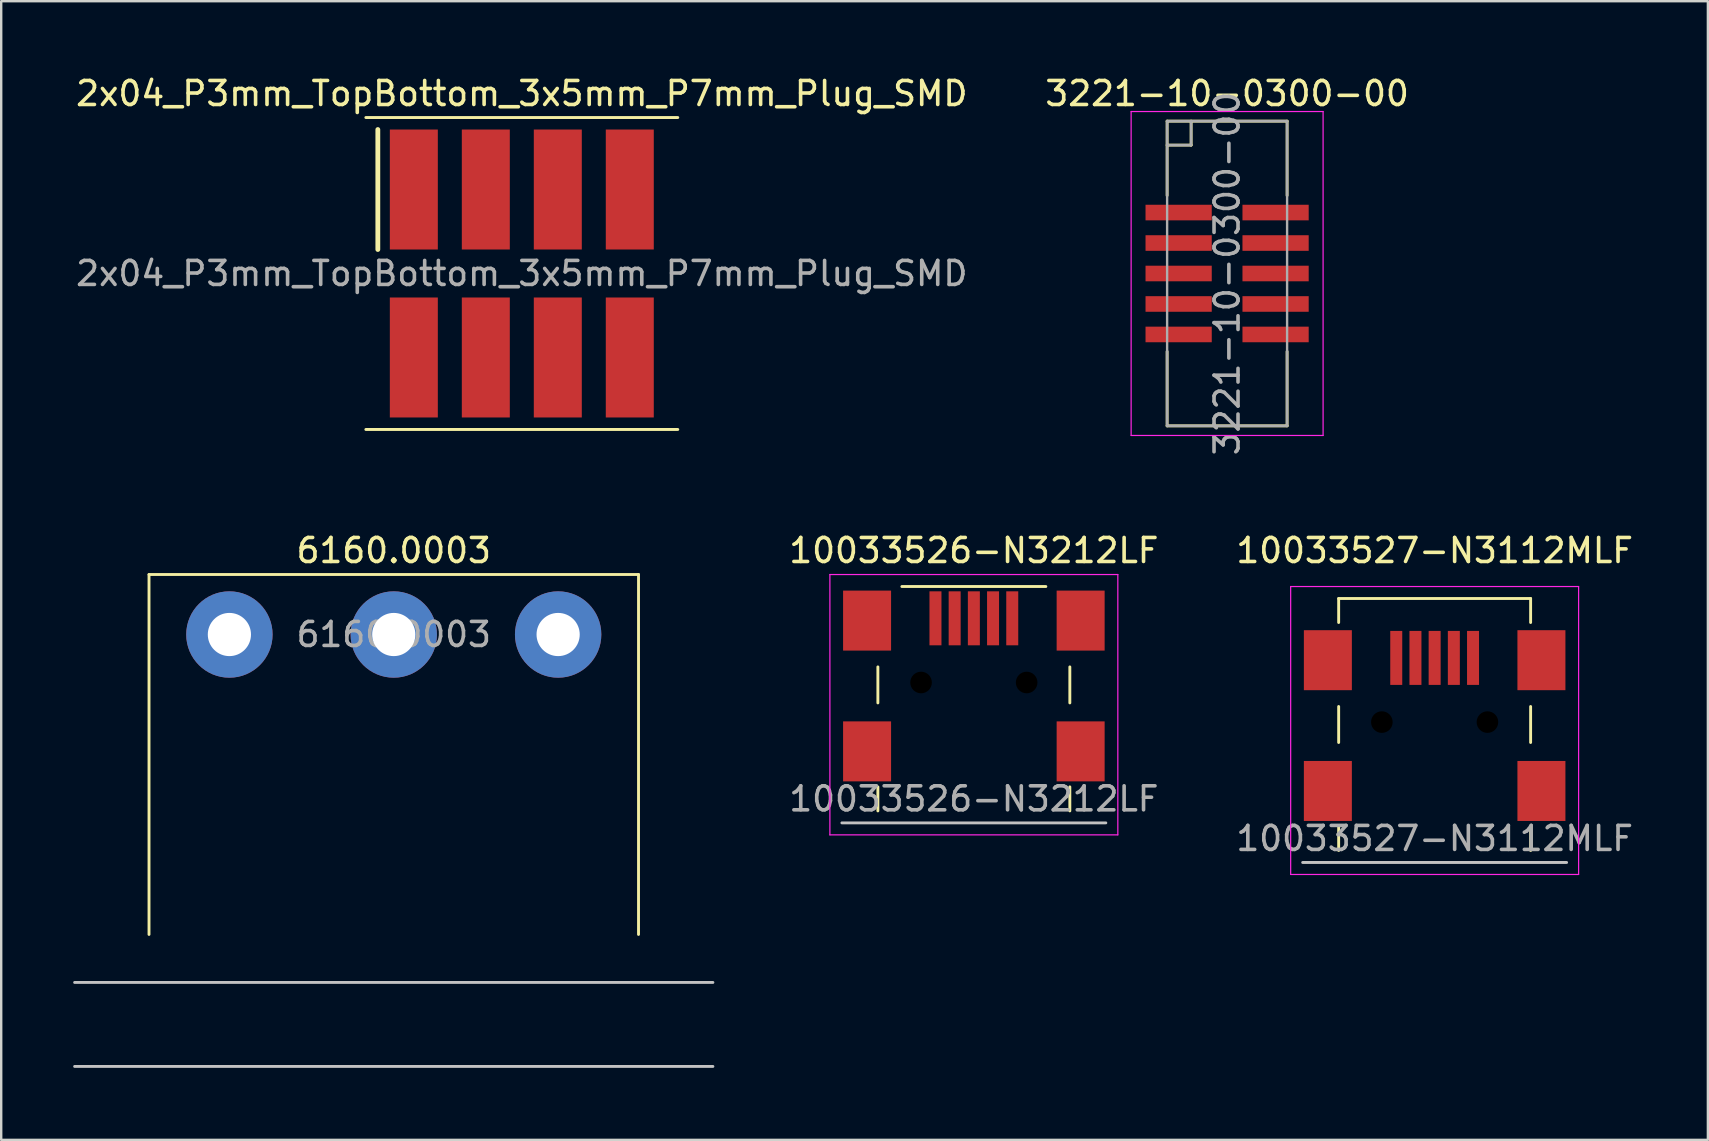
<source format=kicad_pcb>
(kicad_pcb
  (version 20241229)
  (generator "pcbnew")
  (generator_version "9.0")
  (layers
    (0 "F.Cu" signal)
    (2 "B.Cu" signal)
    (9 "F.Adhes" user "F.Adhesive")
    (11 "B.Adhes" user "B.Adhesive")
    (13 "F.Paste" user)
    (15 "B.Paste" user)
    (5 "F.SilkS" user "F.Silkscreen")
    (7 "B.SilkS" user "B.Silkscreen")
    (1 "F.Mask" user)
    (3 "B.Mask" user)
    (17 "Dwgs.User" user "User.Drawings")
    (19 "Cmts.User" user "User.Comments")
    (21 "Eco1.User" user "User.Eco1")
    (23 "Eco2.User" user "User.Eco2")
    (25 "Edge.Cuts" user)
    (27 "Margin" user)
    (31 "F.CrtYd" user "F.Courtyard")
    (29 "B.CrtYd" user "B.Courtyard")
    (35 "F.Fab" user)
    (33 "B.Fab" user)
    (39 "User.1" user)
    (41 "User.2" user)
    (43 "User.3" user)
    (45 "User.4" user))
  (footprint "10033527-N3112MLF"
    (layer "F.Cu")
    (at 56.738 32.893)
    (property "Reference" "10033527-N3112MLF" (at 0 -13 0) (layer "F.SilkS") (effects (font (size 1 1) (thickness 0.15))))
    (attr smd)
    (fp_line (start -4 -11) (end -4 -10) (stroke (width 0.12) (type solid)) (layer "F.SilkS"))
    (fp_line (start -4 -6.5) (end -4 -5) (stroke (width 0.12) (type solid)) (layer "F.SilkS"))
    (fp_line (start -4 -1.5) (end -4 -0.5) (stroke (width 0.12) (type solid)) (layer "F.SilkS"))
    (fp_line (start 4 -11) (end -4 -11) (stroke (width 0.12) (type solid)) (layer "F.SilkS"))
    (fp_line (start 4 -11) (end 4 -10) (stroke (width 0.12) (type solid)) (layer "F.SilkS"))
    (fp_line (start 4 -6.5) (end 4 -5) (stroke (width 0.12) (type solid)) (layer "F.SilkS"))
    (fp_line (start 4 -1.5) (end 4 -0.5) (stroke (width 0.12) (type solid)) (layer "F.SilkS"))
    (fp_line (start -5.5 0) (end 5.5 0) (stroke (width 0.12) (type solid)) (layer "Dwgs.User"))
    (fp_line (start -6 -11.5) (end -6 0.5) (stroke (width 0.05) (type solid)) (layer "F.CrtYd"))
    (fp_line (start -6 0.5) (end 6 0.5) (stroke (width 0.05) (type solid)) (layer "F.CrtYd"))
    (fp_line (start 6 -11.5) (end -6 -11.5) (stroke (width 0.05) (type solid)) (layer "F.CrtYd"))
    (fp_line (start 6 0.5) (end 6 -11.5) (stroke (width 0.05) (type solid)) (layer "F.CrtYd"))
    (fp_text user "${REFERENCE}" (at 0 -1 0) (layer "F.Fab") (effects (font (size 1 1) (thickness 0.15))))
    (pad "" np_thru_hole circle (at -2.2 -5.85) (size 0.9 0.9) (drill 0.9) (layers "*.Mask"))
    (pad "" np_thru_hole circle (at 2.2 -5.85) (size 0.9 0.9) (drill 0.9) (layers "*.Mask"))
    (pad "1" smd rect (at -1.6 -8.525) (size 0.5 2.25) (layers "F.Cu" "F.Mask" "F.Paste"))
    (pad "2" smd rect (at -0.8 -8.525) (size 0.5 2.25) (layers "F.Cu" "F.Mask" "F.Paste"))
    (pad "3" smd rect (at 0 -8.525) (size 0.5 2.25) (layers "F.Cu" "F.Mask" "F.Paste"))
    (pad "4" smd rect (at 0.8 -8.525) (size 0.5 2.25) (layers "F.Cu" "F.Mask" "F.Paste"))
    (pad "5" smd rect (at 1.6 -8.525) (size 0.5 2.25) (layers "F.Cu" "F.Mask" "F.Paste"))
    (pad "6" smd rect (at -4.45 -8.43) (size 2 2.5) (layers "F.Cu" "F.Mask" "F.Paste"))
    (pad "6" smd rect (at -4.45 -2.98) (size 2 2.5) (layers "F.Cu" "F.Mask" "F.Paste"))
    (pad "6" smd rect (at 4.45 -8.43) (size 2 2.5) (layers "F.Cu" "F.Mask" "F.Paste"))
    (pad "6" smd rect (at 4.45 -2.98) (size 2 2.5) (layers "F.Cu" "F.Mask" "F.Paste")))
  (footprint "2x04_P3mm_TopBottom_3x5mm_P7mm_Plug_SMD"
    (layer "F.Cu")
    (at 18.696 8.348)
    (property "Reference" "2x04_P3mm_TopBottom_3x5mm_P7mm_Plug_SMD" (at 0 -7.5 0) (layer "F.SilkS") (effects (font (size 1 1) (thickness 0.15))))
    (attr smd exclude_from_pos_files exclude_from_bom)
    (fp_line (start -6.5 -6.5) (end 6.5 -6.5) (stroke (width 0.12) (type solid)) (layer "F.SilkS"))
    (fp_line (start -6.5 6.5) (end 6.5 6.5) (stroke (width 0.12) (type solid)) (layer "F.SilkS"))
    (fp_line (start -6 -6) (end -6 -1) (stroke (width 0.2) (type solid)) (layer "F.SilkS"))
    (fp_text user "${REFERENCE}" (at 0 0 180) (layer "F.Fab") (effects (font (size 1 1) (thickness 0.15))))
    (pad "1" smd rect (at -4.5 -3.5) (size 2 5) (layers "F.Cu" "F.Mask" "F.Paste"))
    (pad "2" smd rect (at -1.5 -3.5) (size 2 5) (layers "F.Cu" "F.Mask" "F.Paste"))
    (pad "3" smd rect (at 1.5 -3.5) (size 2 5) (layers "F.Cu" "F.Mask" "F.Paste"))
    (pad "4" smd rect (at 4.5 -3.5) (size 2 5) (layers "F.Cu" "F.Mask" "F.Paste"))
    (pad "5" smd rect (at -4.5 3.5) (size 2 5) (layers "F.Cu" "F.Mask" "F.Paste"))
    (pad "6" smd rect (at -1.5 3.5) (size 2 5) (layers "F.Cu" "F.Mask" "F.Paste"))
    (pad "7" smd rect (at 1.5 3.5) (size 2 5) (layers "F.Cu" "F.Mask" "F.Paste"))
    (pad "8" smd rect (at 4.5 3.5) (size 2 5) (layers "F.Cu" "F.Mask" "F.Paste")))
  (footprint "3221-10-0300-00"
    (layer "F.Cu")
    (at 48.089 8.348)
    (property "Reference" "3221-10-0300-00" (at 0 -7.5 0) (layer "F.SilkS") (effects (font (size 1 1) (thickness 0.15))))
    (attr smd)
    (fp_line (start -2.5 -6.35) (end 2.5 -6.35) (stroke (width 0.12) (type solid)) (layer "F.SilkS"))
    (fp_line (start -2.5 -5.35) (end -1.5 -5.35) (stroke (width 0.12) (type solid)) (layer "F.SilkS"))
    (fp_line (start -2.5 -3.25) (end -2.5 -6.35) (stroke (width 0.12) (type solid)) (layer "F.SilkS"))
    (fp_line (start -2.5 6.35) (end -2.5 3.25) (stroke (width 0.12) (type solid)) (layer "F.SilkS"))
    (fp_line (start -1.5 -5.35) (end -1.5 -6.35) (stroke (width 0.12) (type solid)) (layer "F.SilkS"))
    (fp_line (start 2.5 -6.35) (end 2.5 -3.25) (stroke (width 0.12) (type solid)) (layer "F.SilkS"))
    (fp_line (start 2.5 3.25) (end 2.5 6.35) (stroke (width 0.12) (type solid)) (layer "F.SilkS"))
    (fp_line (start 2.5 6.35) (end -2.5 6.35) (stroke (width 0.12) (type solid)) (layer "F.SilkS"))
    (fp_line (start -4 -6.75) (end -4 6.75) (stroke (width 0.05) (type solid)) (layer "F.CrtYd"))
    (fp_line (start -4 6.75) (end 4 6.75) (stroke (width 0.05) (type solid)) (layer "F.CrtYd"))
    (fp_line (start 4 -6.75) (end -4 -6.75) (stroke (width 0.05) (type solid)) (layer "F.CrtYd"))
    (fp_line (start 4 6.75) (end 4 -6.75) (stroke (width 0.05) (type solid)) (layer "F.CrtYd"))
    (fp_line (start -2.5 -6.35) (end 2.5 -6.35) (stroke (width 0.1) (type solid)) (layer "F.Fab"))
    (fp_line (start -2.5 -5.35) (end -1.5 -5.35) (stroke (width 0.1) (type solid)) (layer "F.Fab"))
    (fp_line (start -2.5 6.35) (end -2.5 -6.35) (stroke (width 0.1) (type solid)) (layer "F.Fab"))
    (fp_line (start -1.5 -6.35) (end -1.5 -5.35) (stroke (width 0.1) (type solid)) (layer "F.Fab"))
    (fp_line (start 2.5 -6.35) (end 2.5 6.35) (stroke (width 0.1) (type solid)) (layer "F.Fab"))
    (fp_line (start 2.5 6.35) (end -2.5 6.35) (stroke (width 0.1) (type solid)) (layer "F.Fab"))
    (fp_text user "${REFERENCE}" (at 0 0 90) (layer "F.Fab") (effects (font (size 1 1) (thickness 0.15))))
    (pad "1" smd rect (at -2.02 -2.54) (size 2.76 0.65) (layers "F.Cu" "F.Mask" "F.Paste"))
    (pad "2" smd rect (at 2.02 -2.54) (size 2.76 0.65) (layers "F.Cu" "F.Mask" "F.Paste"))
    (pad "3" smd rect (at -2.02 -1.27) (size 2.76 0.65) (layers "F.Cu" "F.Mask" "F.Paste"))
    (pad "4" smd rect (at 2.02 -1.27) (size 2.76 0.65) (layers "F.Cu" "F.Mask" "F.Paste"))
    (pad "5" smd rect (at -2.02 0) (size 2.76 0.65) (layers "F.Cu" "F.Mask" "F.Paste"))
    (pad "6" smd rect (at 2.02 0) (size 2.76 0.65) (layers "F.Cu" "F.Mask" "F.Paste"))
    (pad "7" smd rect (at -2.02 1.27) (size 2.76 0.65) (layers "F.Cu" "F.Mask" "F.Paste"))
    (pad "8" smd rect (at 2.02 1.27) (size 2.76 0.65) (layers "F.Cu" "F.Mask" "F.Paste"))
    (pad "9" smd rect (at -2.02 2.54) (size 2.76 0.65) (layers "F.Cu" "F.Mask" "F.Paste"))
    (pad "10" smd rect (at 2.02 2.54) (size 2.76 0.65) (layers "F.Cu" "F.Mask" "F.Paste")))
  (footprint "6160.0003"
    (layer "F.Cu")
    (at 13.36 23.393)
    (property "Reference" "6160.0003" (at 0 -3.5 0) (layer "F.SilkS") (effects (font (size 1 1) (thickness 0.15))))
    (attr through_hole)
    (fp_line (start -10.2 -2.5) (end 10.2 -2.5) (stroke (width 0.12) (type solid)) (layer "F.SilkS"))
    (fp_line (start -10.2 12.5) (end -10.2 -2.5) (stroke (width 0.12) (type solid)) (layer "F.SilkS"))
    (fp_line (start 10.2 -2.5) (end 10.2 12.5) (stroke (width 0.12) (type solid)) (layer "F.SilkS"))
    (fp_line (start -13.3 14.5) (end 13.3 14.5) (stroke (width 0.12) (type solid)) (layer "Dwgs.User"))
    (fp_line (start -13.3 18) (end 13.3 18) (stroke (width 0.12) (type solid)) (layer "Dwgs.User"))
    (fp_text user "${REFERENCE}" (at 0 0 0) (layer "F.Fab") (effects (font (size 1 1) (thickness 0.15))))
    (pad "G" thru_hole circle (at 0 0) (size 3.6 3.6) (drill 1.8) (layers "*.Cu" "*.Mask"))
    (pad "L" thru_hole circle (at -6.85 0) (size 3.6 3.6) (drill 1.8) (layers "*.Cu" "*.Mask"))
    (pad "N" thru_hole circle (at 6.85 0) (size 3.6 3.6) (drill 1.8) (layers "*.Cu" "*.Mask")))
  (footprint "10033526-N3212LF"
    (layer "F.Cu")
    (at 37.535 25.393)
    (property "Reference" "10033526-N3212LF" (at 0 -5.5 0) (layer "F.SilkS") (effects (font (size 1 1) (thickness 0.15))))
    (attr smd)
    (fp_line (start -4 -0.65) (end -4 0.85) (stroke (width 0.12) (type solid)) (layer "F.SilkS"))
    (fp_line (start -4 4.35) (end -4 5.35) (stroke (width 0.12) (type solid)) (layer "F.SilkS"))
    (fp_line (start -3 -4) (end 3 -4) (stroke (width 0.12) (type solid)) (layer "F.SilkS"))
    (fp_line (start 4 -0.65) (end 4 0.85) (stroke (width 0.12) (type solid)) (layer "F.SilkS"))
    (fp_line (start 4 4.35) (end 4 5.35) (stroke (width 0.12) (type solid)) (layer "F.SilkS"))
    (fp_line (start -5.5 5.85) (end 5.5 5.85) (stroke (width 0.12) (type solid)) (layer "Dwgs.User"))
    (fp_line (start -6 -4.5) (end -6 6.35) (stroke (width 0.05) (type solid)) (layer "F.CrtYd"))
    (fp_line (start -6 6.35) (end 6 6.35) (stroke (width 0.05) (type solid)) (layer "F.CrtYd"))
    (fp_line (start 6 -4.5) (end -6 -4.5) (stroke (width 0.05) (type solid)) (layer "F.CrtYd"))
    (fp_line (start 6 6.35) (end 6 -4.5) (stroke (width 0.05) (type solid)) (layer "F.CrtYd"))
    (fp_text user "${REFERENCE}" (at 0 4.85 0) (layer "F.Fab") (effects (font (size 1 1) (thickness 0.15))))
    (pad "" np_thru_hole circle (at -2.2 0) (size 0.9 0.9) (drill 0.9) (layers "*.Mask"))
    (pad "" np_thru_hole circle (at 2.2 0) (size 0.9 0.9) (drill 0.9) (layers "*.Mask"))
    (pad "1" smd rect (at -1.6 -2.675) (size 0.5 2.25) (layers "F.Cu" "F.Mask" "F.Paste"))
    (pad "2" smd rect (at -0.8 -2.675) (size 0.5 2.25) (layers "F.Cu" "F.Mask" "F.Paste"))
    (pad "3" smd rect (at 0 -2.675) (size 0.5 2.25) (layers "F.Cu" "F.Mask" "F.Paste"))
    (pad "4" smd rect (at 0.8 -2.675) (size 0.5 2.25) (layers "F.Cu" "F.Mask" "F.Paste"))
    (pad "5" smd rect (at 1.6 -2.675) (size 0.5 2.25) (layers "F.Cu" "F.Mask" "F.Paste"))
    (pad "6" smd rect (at -4.45 -2.58) (size 2 2.5) (layers "F.Cu" "F.Mask" "F.Paste"))
    (pad "6" smd rect (at -4.45 2.87) (size 2 2.5) (layers "F.Cu" "F.Mask" "F.Paste"))
    (pad "6" smd rect (at 4.45 -2.58) (size 2 2.5) (layers "F.Cu" "F.Mask" "F.Paste"))
    (pad "6" smd rect (at 4.45 2.87) (size 2 2.5) (layers "F.Cu" "F.Mask" "F.Paste")))
  (gr_rect
    (start -3 -3)
    (end 68.125 44.453)
    (stroke (width 0.1) (type default))
    (fill no)
    (layer "Edge.Cuts")))
</source>
